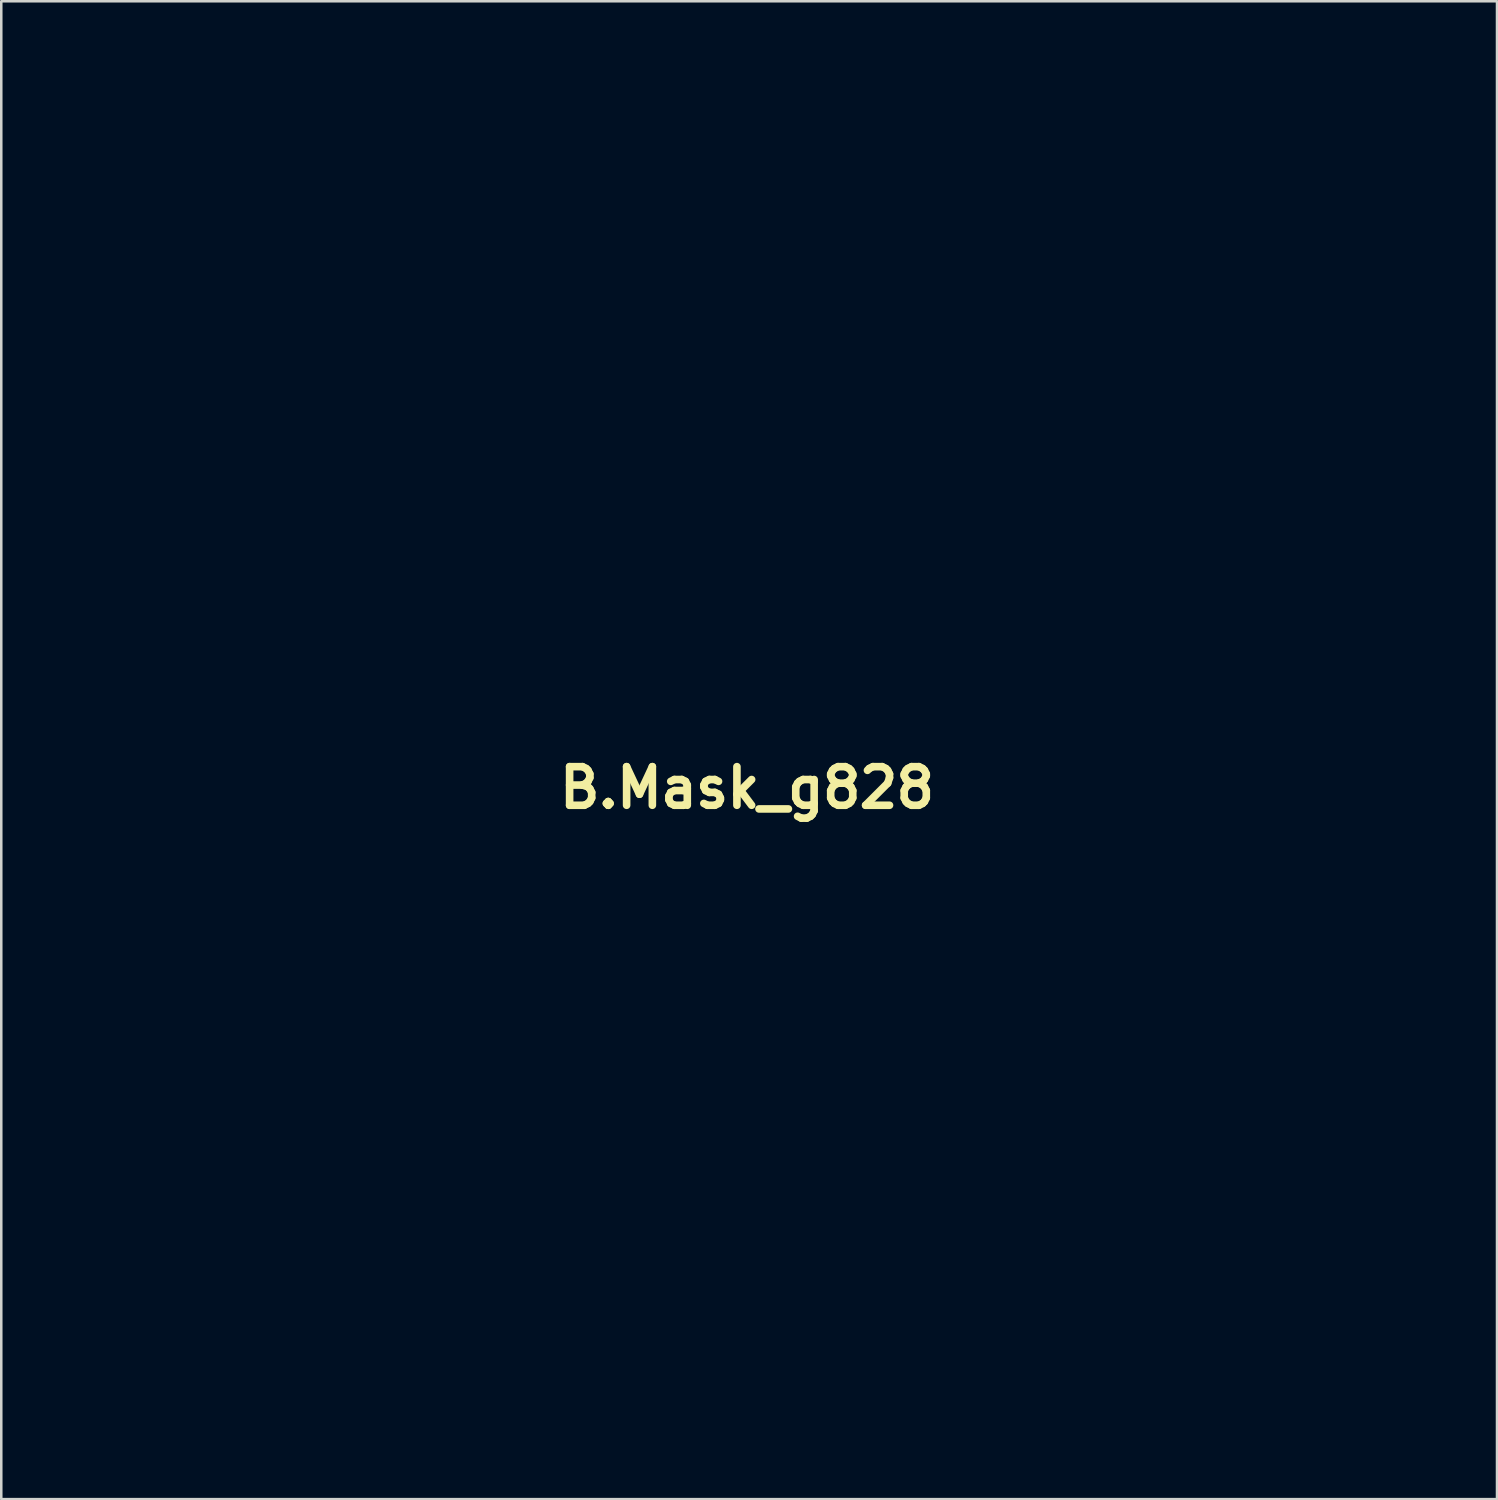
<source format=kicad_pcb>
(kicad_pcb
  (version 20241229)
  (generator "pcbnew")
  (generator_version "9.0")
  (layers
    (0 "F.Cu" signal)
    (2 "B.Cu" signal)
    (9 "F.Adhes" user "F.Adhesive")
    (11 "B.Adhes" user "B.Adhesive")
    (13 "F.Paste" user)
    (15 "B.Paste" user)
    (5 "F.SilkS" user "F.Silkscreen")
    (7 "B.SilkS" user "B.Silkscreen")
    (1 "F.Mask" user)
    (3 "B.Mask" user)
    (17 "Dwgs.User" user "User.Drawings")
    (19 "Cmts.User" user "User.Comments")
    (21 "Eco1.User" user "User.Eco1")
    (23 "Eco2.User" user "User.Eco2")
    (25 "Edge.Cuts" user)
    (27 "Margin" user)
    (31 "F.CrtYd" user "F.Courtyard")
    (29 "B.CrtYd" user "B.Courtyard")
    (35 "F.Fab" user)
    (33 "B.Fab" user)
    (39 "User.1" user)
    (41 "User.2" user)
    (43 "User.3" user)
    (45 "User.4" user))
  (footprint "B.Mask_g828"
    (layer "F.Cu")
    (at 26.438 28.047)
    (property "Reference" "B.Mask_g828" (at 0 0 0) (layer "F.SilkS") (effects (font (size 1.524 1.524) (thickness 0.3))))
    (attr through_hole)
    (fp_poly (pts (xy 15.441 21.124) (xy 15.662 21.152) (xy 15.86 21.206) (xy 16.03 21.286) (xy 16.172 21.393) (xy 16.224 21.447) (xy 16.327 21.598) (xy 16.391 21.765) (xy 16.417 21.946) (xy 16.404 22.139) (xy 16.353 22.344) (xy 16.263 22.559) (xy 16.135 22.783) (xy 16.116 22.811) (xy 16.044 22.909) (xy 15.947 23.027) (xy 15.832 23.157) (xy 15.707 23.29) (xy 15.578 23.42) (xy 15.453 23.538) (xy 15.348 23.631) (xy 14.983 23.913) (xy 14.594 24.172) (xy 14.188 24.406) (xy 13.771 24.612) (xy 13.348 24.786) (xy 12.926 24.925) (xy 12.51 25.028) (xy 12.495 25.031) (xy 12.393 25.046) (xy 12.265 25.059) (xy 12.124 25.068) (xy 11.981 25.073) (xy 11.846 25.074) (xy 11.731 25.07) (xy 11.647 25.061) (xy 11.436 25.006) (xy 11.254 24.923) (xy 11.104 24.815) (xy 10.985 24.684) (xy 10.901 24.531) (xy 10.853 24.36) (xy 10.842 24.172) (xy 10.857 24.032) (xy 10.912 23.83) (xy 11.005 23.619) (xy 11.135 23.401) (xy 11.3 23.179) (xy 11.497 22.955) (xy 11.726 22.731) (xy 11.982 22.51) (xy 12.266 22.294) (xy 12.573 22.084) (xy 12.764 21.966) (xy 13.092 21.78) (xy 13.419 21.615) (xy 13.741 21.474) (xy 14.056 21.356) (xy 14.361 21.261) (xy 14.655 21.19) (xy 14.935 21.143) (xy 15.197 21.121) (xy 15.441 21.124)) (stroke (width 0.01) (type solid)) (fill yes) (layer "B.Mask"))
    (fp_poly (pts (xy -24.155 -6.765) (xy -24.029 -6.738) (xy -23.907 -6.69) (xy -23.78 -6.621) (xy -23.723 -6.585) (xy -23.455 -6.385) (xy -23.206 -6.151) (xy -22.982 -5.889) (xy -22.789 -5.604) (xy -22.657 -5.359) (xy -22.612 -5.264) (xy -22.576 -5.183) (xy -22.548 -5.107) (xy -22.527 -5.032) (xy -22.512 -4.951) (xy -22.502 -4.857) (xy -22.495 -4.745) (xy -22.492 -4.608) (xy -22.491 -4.441) (xy -22.492 -4.265) (xy -22.495 -3.965) (xy -22.503 -3.696) (xy -22.518 -3.449) (xy -22.54 -3.216) (xy -22.571 -2.988) (xy -22.612 -2.758) (xy -22.664 -2.516) (xy -22.729 -2.255) (xy -22.807 -1.965) (xy -22.838 -1.857) (xy -22.894 -1.666) (xy -22.945 -1.509) (xy -22.994 -1.379) (xy -23.044 -1.269) (xy -23.098 -1.171) (xy -23.159 -1.078) (xy -23.165 -1.071) (xy -23.231 -0.987) (xy -23.317 -0.891) (xy -23.416 -0.79) (xy -23.521 -0.691) (xy -23.623 -0.599) (xy -23.717 -0.524) (xy -23.793 -0.471) (xy -23.818 -0.457) (xy -23.94 -0.413) (xy -24.094 -0.382) (xy -24.273 -0.366) (xy -24.469 -0.364) (xy -24.673 -0.378) (xy -24.703 -0.382) (xy -24.918 -0.418) (xy -25.111 -0.478) (xy -25.293 -0.565) (xy -25.476 -0.685) (xy -25.563 -0.751) (xy -25.755 -0.919) (xy -25.92 -1.097) (xy -26.06 -1.287) (xy -26.176 -1.493) (xy -26.268 -1.718) (xy -26.339 -1.966) (xy -26.39 -2.241) (xy -26.421 -2.545) (xy -26.433 -2.882) (xy -26.431 -3.205) (xy -26.417 -3.522) (xy -26.392 -3.851) (xy -26.358 -4.183) (xy -26.315 -4.506) (xy -26.266 -4.811) (xy -26.21 -5.087) (xy -26.193 -5.161) (xy -26.108 -5.469) (xy -26.009 -5.738) (xy -25.894 -5.971) (xy -25.76 -6.17) (xy -25.606 -6.336) (xy -25.429 -6.473) (xy -25.227 -6.582) (xy -24.999 -6.666) (xy -24.742 -6.726) (xy -24.649 -6.742) (xy -24.456 -6.766) (xy -24.294 -6.774) (xy -24.155 -6.765)) (stroke (width 0.01) (type solid)) (fill yes) (layer "B.Mask"))
    (fp_poly (pts (xy 24.01 -12.654) (xy 24.16 -12.647) (xy 24.275 -12.636) (xy 24.403 -12.608) (xy 24.551 -12.556) (xy 24.706 -12.485) (xy 24.858 -12.401) (xy 24.964 -12.332) (xy 25.075 -12.243) (xy 25.197 -12.127) (xy 25.322 -11.996) (xy 25.439 -11.858) (xy 25.539 -11.724) (xy 25.557 -11.698) (xy 25.631 -11.578) (xy 25.713 -11.429) (xy 25.799 -11.26) (xy 25.884 -11.081) (xy 25.962 -10.903) (xy 26.03 -10.736) (xy 26.052 -10.677) (xy 26.131 -10.444) (xy 26.211 -10.181) (xy 26.29 -9.899) (xy 26.365 -9.609) (xy 26.432 -9.322) (xy 26.489 -9.05) (xy 26.52 -8.878) (xy 26.57 -8.526) (xy 26.597 -8.207) (xy 26.599 -7.922) (xy 26.577 -7.67) (xy 26.531 -7.452) (xy 26.461 -7.268) (xy 26.444 -7.236) (xy 26.369 -7.126) (xy 26.261 -7.007) (xy 26.128 -6.884) (xy 25.977 -6.763) (xy 25.816 -6.649) (xy 25.652 -6.548) (xy 25.492 -6.464) (xy 25.344 -6.404) (xy 25.268 -6.382) (xy 25.143 -6.362) (xy 24.996 -6.354) (xy 24.845 -6.357) (xy 24.707 -6.371) (xy 24.659 -6.38) (xy 24.339 -6.472) (xy 24.035 -6.602) (xy 23.749 -6.768) (xy 23.484 -6.966) (xy 23.242 -7.194) (xy 23.027 -7.45) (xy 22.842 -7.73) (xy 22.689 -8.034) (xy 22.588 -8.297) (xy 22.527 -8.503) (xy 22.467 -8.733) (xy 22.41 -8.981) (xy 22.356 -9.242) (xy 22.307 -9.511) (xy 22.263 -9.783) (xy 22.224 -10.052) (xy 22.192 -10.313) (xy 22.167 -10.561) (xy 22.15 -10.79) (xy 22.142 -10.996) (xy 22.143 -11.172) (xy 22.154 -11.314) (xy 22.158 -11.34) (xy 22.193 -11.481) (xy 22.253 -11.64) (xy 22.33 -11.807) (xy 22.421 -11.971) (xy 22.518 -12.122) (xy 22.617 -12.249) (xy 22.685 -12.32) (xy 22.847 -12.443) (xy 23.034 -12.541) (xy 23.231 -12.609) (xy 23.379 -12.636) (xy 23.515 -12.647) (xy 23.675 -12.654) (xy 23.844 -12.656) (xy 24.01 -12.654)) (stroke (width 0.01) (type solid)) (fill yes) (layer "B.Mask"))
    (fp_poly (pts (xy -11.35 -28.04) (xy -11.138 -28.026) (xy -10.961 -28) (xy -10.81 -27.96) (xy -10.678 -27.903) (xy -10.557 -27.826) (xy -10.441 -27.726) (xy -10.408 -27.693) (xy -10.232 -27.497) (xy -10.078 -27.292) (xy -9.952 -27.083) (xy -9.855 -26.877) (xy -9.792 -26.679) (xy -9.768 -26.542) (xy -9.766 -26.347) (xy -9.797 -26.134) (xy -9.857 -25.909) (xy -9.945 -25.679) (xy -10.057 -25.447) (xy -10.191 -25.222) (xy -10.345 -25.008) (xy -10.516 -24.812) (xy -10.528 -24.799) (xy -10.755 -24.589) (xy -10.998 -24.409) (xy -11.264 -24.256) (xy -11.556 -24.127) (xy -11.879 -24.02) (xy -12.019 -23.983) (xy -12.249 -23.929) (xy -12.497 -23.878) (xy -12.757 -23.831) (xy -13.023 -23.787) (xy -13.29 -23.748) (xy -13.553 -23.715) (xy -13.806 -23.688) (xy -14.044 -23.668) (xy -14.262 -23.654) (xy -14.455 -23.649) (xy -14.616 -23.652) (xy -14.732 -23.663) (xy -14.814 -23.679) (xy -14.892 -23.7) (xy -14.977 -23.731) (xy -15.078 -23.775) (xy -15.205 -23.837) (xy -15.219 -23.844) (xy -15.413 -23.949) (xy -15.572 -24.052) (xy -15.701 -24.16) (xy -15.807 -24.278) (xy -15.895 -24.414) (xy -15.973 -24.573) (xy -15.996 -24.63) (xy -16.015 -24.677) (xy -16.028 -24.718) (xy -16.039 -24.761) (xy -16.046 -24.811) (xy -16.05 -24.875) (xy -16.053 -24.959) (xy -16.054 -25.07) (xy -16.055 -25.215) (xy -16.055 -25.284) (xy -16.054 -25.445) (xy -16.054 -25.571) (xy -16.051 -25.668) (xy -16.047 -25.743) (xy -16.041 -25.802) (xy -16.032 -25.852) (xy -16.019 -25.899) (xy -16.005 -25.945) (xy -15.905 -26.184) (xy -15.765 -26.414) (xy -15.589 -26.632) (xy -15.377 -26.836) (xy -15.134 -27.022) (xy -15.074 -27.061) (xy -14.852 -27.19) (xy -14.593 -27.317) (xy -14.298 -27.44) (xy -13.973 -27.557) (xy -13.621 -27.668) (xy -13.245 -27.77) (xy -13.166 -27.79) (xy -12.81 -27.873) (xy -12.487 -27.939) (xy -12.193 -27.988) (xy -11.922 -28.021) (xy -11.669 -28.039) (xy -11.43 -28.042) (xy -11.35 -28.04)) (stroke (width 0.01) (type solid)) (fill yes) (layer "B.Mask"))
    (fp_poly (pts (xy 0.599 10.945) (xy 0.974 10.984) (xy 1.154 11.008) (xy 1.387 11.045) (xy 1.629 11.088) (xy 1.875 11.137) (xy 2.12 11.191) (xy 2.359 11.247) (xy 2.587 11.306) (xy 2.8 11.365) (xy 2.992 11.424) (xy 3.159 11.48) (xy 3.295 11.534) (xy 3.396 11.583) (xy 3.426 11.601) (xy 3.579 11.715) (xy 3.732 11.851) (xy 3.877 12.001) (xy 4.007 12.155) (xy 4.113 12.306) (xy 4.177 12.42) (xy 4.248 12.617) (xy 4.286 12.831) (xy 4.291 13.057) (xy 4.265 13.292) (xy 4.211 13.529) (xy 4.13 13.763) (xy 4.023 13.99) (xy 3.892 14.205) (xy 3.739 14.402) (xy 3.566 14.577) (xy 3.404 14.705) (xy 3.206 14.828) (xy 2.999 14.93) (xy 2.777 15.013) (xy 2.531 15.08) (xy 2.254 15.134) (xy 2.174 15.146) (xy 2.09 15.155) (xy 1.971 15.164) (xy 1.828 15.172) (xy 1.669 15.179) (xy 1.502 15.184) (xy 1.336 15.188) (xy 1.179 15.19) (xy 1.041 15.19) (xy 0.93 15.188) (xy 0.878 15.185) (xy 0.817 15.18) (xy 0.725 15.173) (xy 0.614 15.165) (xy 0.498 15.156) (xy 0.487 15.155) (xy 0.124 15.121) (xy -0.227 15.077) (xy -0.562 15.022) (xy -0.875 14.958) (xy -1.161 14.887) (xy -1.415 14.809) (xy -1.611 14.733) (xy -1.777 14.653) (xy -1.932 14.561) (xy -2.066 14.463) (xy -2.17 14.367) (xy -2.18 14.355) (xy -2.262 14.242) (xy -2.343 14.096) (xy -2.42 13.927) (xy -2.489 13.743) (xy -2.547 13.554) (xy -2.59 13.37) (xy -2.615 13.2) (xy -2.618 13.164) (xy -2.617 12.998) (xy -2.594 12.816) (xy -2.553 12.636) (xy -2.498 12.475) (xy -2.479 12.433) (xy -2.391 12.28) (xy -2.273 12.115) (xy -2.132 11.946) (xy -1.974 11.78) (xy -1.806 11.626) (xy -1.637 11.49) (xy -1.606 11.468) (xy -1.372 11.316) (xy -1.133 11.19) (xy -0.886 11.089) (xy -0.628 11.013) (xy -0.355 10.962) (xy -0.061 10.934) (xy 0.255 10.928) (xy 0.599 10.945)) (stroke (width 0.01) (type solid)) (fill yes) (layer "B.Mask"))
    (fp_poly (pts (xy 15.035 -25.183) (xy 15.292 -25.128) (xy 15.553 -25.04) (xy 15.819 -24.916) (xy 16.092 -24.756) (xy 16.374 -24.559) (xy 16.666 -24.325) (xy 16.971 -24.052) (xy 17.089 -23.939) (xy 17.37 -23.658) (xy 17.63 -23.381) (xy 17.868 -23.11) (xy 18.08 -22.848) (xy 18.265 -22.597) (xy 18.421 -22.361) (xy 18.545 -22.142) (xy 18.637 -21.943) (xy 18.649 -21.911) (xy 18.686 -21.799) (xy 18.71 -21.697) (xy 18.723 -21.585) (xy 18.727 -21.516) (xy 18.731 -21.419) (xy 18.73 -21.346) (xy 18.722 -21.281) (xy 18.704 -21.209) (xy 18.675 -21.118) (xy 18.662 -21.079) (xy 18.581 -20.862) (xy 18.488 -20.656) (xy 18.386 -20.47) (xy 18.28 -20.31) (xy 18.175 -20.184) (xy 18.169 -20.179) (xy 18.01 -20.046) (xy 17.823 -19.937) (xy 17.604 -19.852) (xy 17.352 -19.79) (xy 17.303 -19.781) (xy 17.178 -19.765) (xy 17.024 -19.755) (xy 16.853 -19.751) (xy 16.679 -19.753) (xy 16.514 -19.76) (xy 16.371 -19.773) (xy 16.309 -19.782) (xy 15.978 -19.862) (xy 15.658 -19.983) (xy 15.352 -20.143) (xy 15.06 -20.342) (xy 14.899 -20.475) (xy 14.753 -20.611) (xy 14.589 -20.779) (xy 14.414 -20.971) (xy 14.231 -21.182) (xy 14.045 -21.406) (xy 13.86 -21.638) (xy 13.682 -21.871) (xy 13.515 -22.1) (xy 13.363 -22.319) (xy 13.231 -22.521) (xy 13.124 -22.703) (xy 13.107 -22.733) (xy 13.048 -22.85) (xy 13.004 -22.957) (xy 12.971 -23.063) (xy 12.95 -23.178) (xy 12.937 -23.31) (xy 12.931 -23.469) (xy 12.93 -23.596) (xy 12.933 -23.777) (xy 12.947 -23.926) (xy 12.975 -24.055) (xy 13.019 -24.175) (xy 13.083 -24.295) (xy 13.169 -24.427) (xy 13.18 -24.442) (xy 13.241 -24.521) (xy 13.311 -24.593) (xy 13.396 -24.663) (xy 13.503 -24.738) (xy 13.638 -24.821) (xy 13.721 -24.869) (xy 13.883 -24.961) (xy 14.017 -25.032) (xy 14.128 -25.087) (xy 14.226 -25.127) (xy 14.316 -25.155) (xy 14.405 -25.175) (xy 14.501 -25.189) (xy 14.525 -25.192) (xy 14.78 -25.203) (xy 15.035 -25.183)) (stroke (width 0.01) (type solid)) (fill yes) (layer "B.Mask")))
  (gr_rect
    (start -3 -3)
    (end 56.042 56.125)
    (stroke (width 0.1) (type default))
    (fill no)
    (layer "Edge.Cuts")))
</source>
